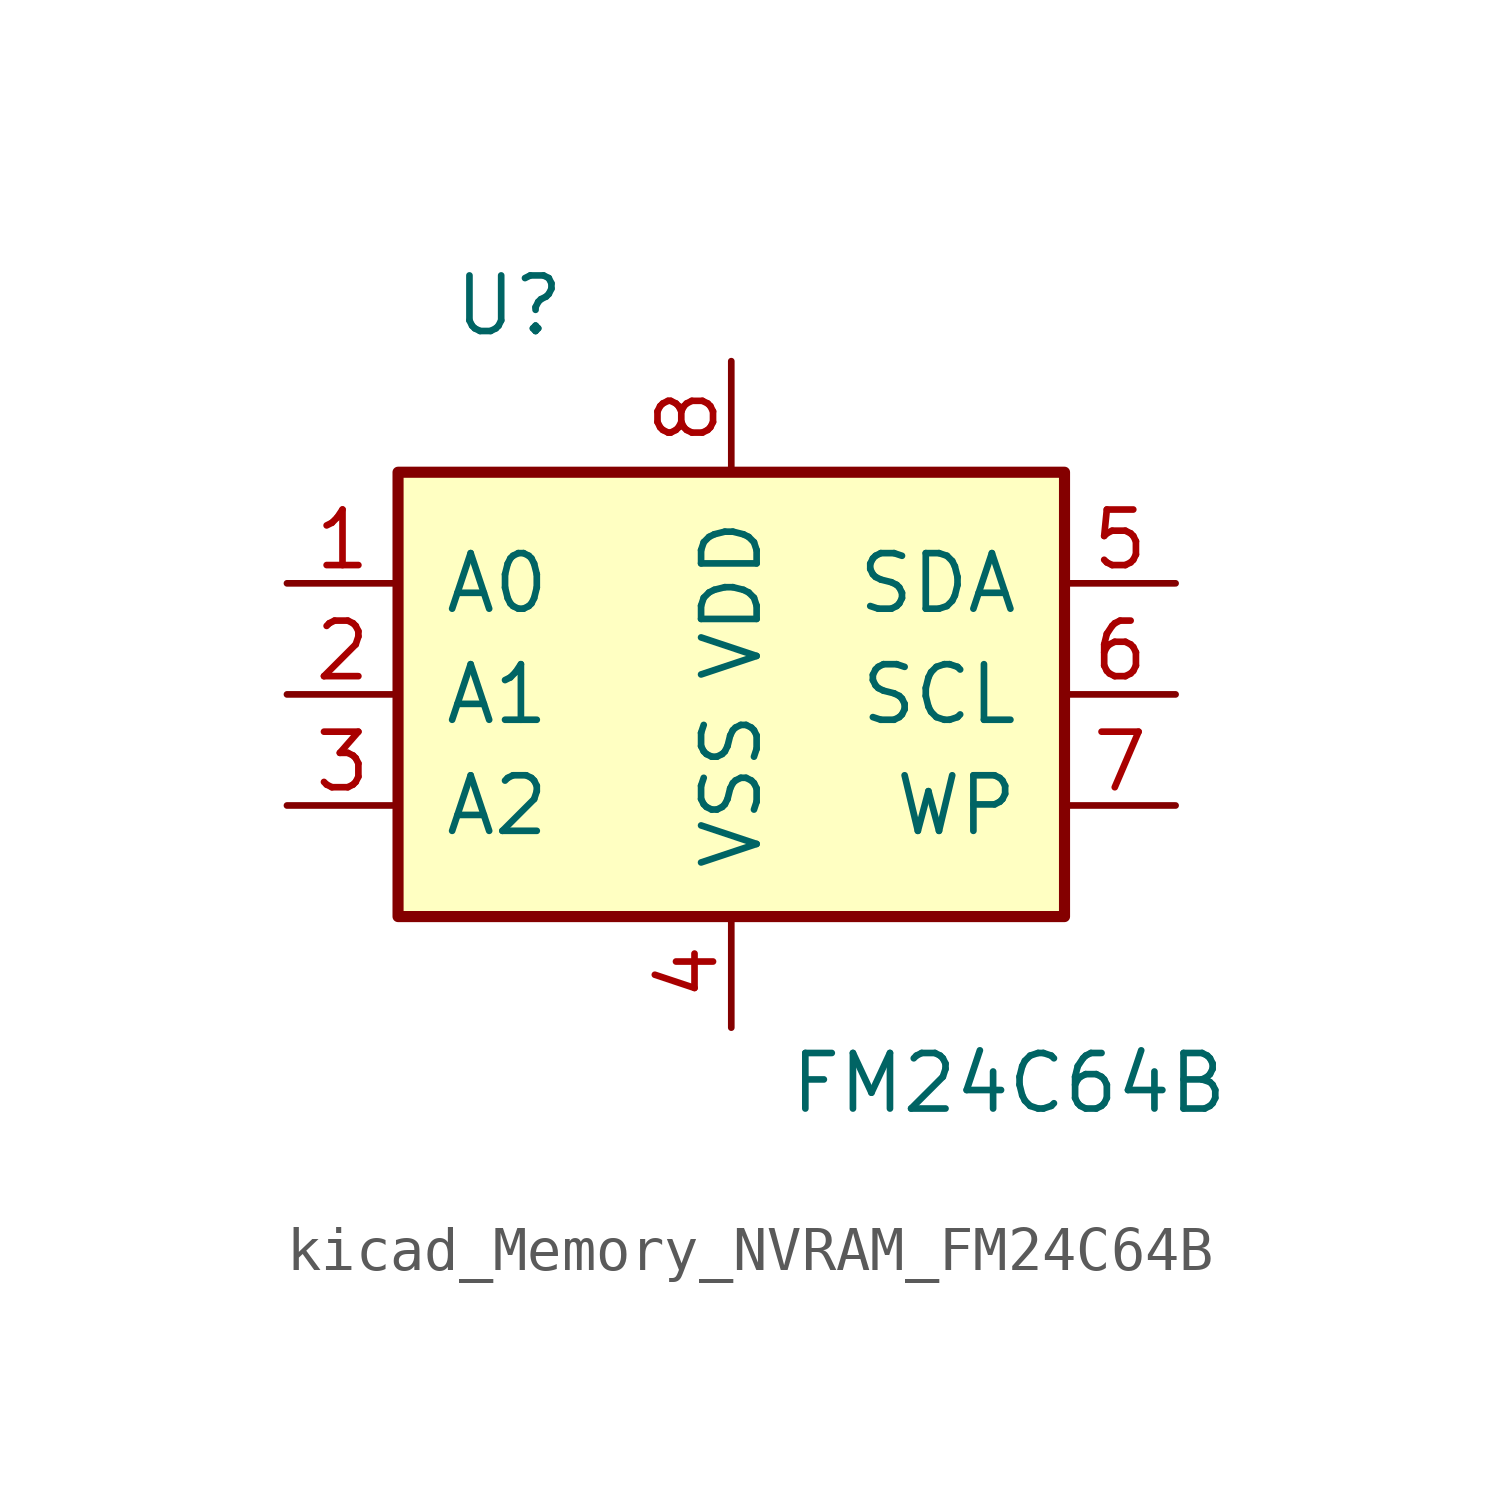
<source format=kicad_sym>
(kicad_symbol_lib
  (version 20220914)
  (generator kicad_symbol_editor)
  (symbol "kicad_Memory_NVRAM_FM24C64B"
    (pin_names
      (offset 1.016))
    (property "Reference" "U"
      (at -5.08 8.89 0)
      (effects (font (size 1.27 1.27))))
    (property "Value" "FM24C64B"
      (at 6.35 -8.89 0)
      (effects (font (size 1.27 1.27))))
    (symbol "kicad_Memory_NVRAM_FM24C64B_0_1"
      (rectangle (start -7.62 5.08) (end 7.62 -5.08) (stroke (width 0.254) (type default)) (fill (type background))))
    (symbol "kicad_Memory_NVRAM_FM24C64B_1_1"
      (pin input line (at -10.16 2.54 0) (length 2.54) (name "A0" (effects (font (size 1.27 1.27)))) (number "1" (effects (font (size 1.27 1.27)))))
      (pin input line (at -10.16 0 0) (length 2.54) (name "A1" (effects (font (size 1.27 1.27)))) (number "2" (effects (font (size 1.27 1.27)))))
      (pin input line (at -10.16 -2.54 0) (length 2.54) (name "A2" (effects (font (size 1.27 1.27)))) (number "3" (effects (font (size 1.27 1.27)))))
      (pin power_in line (at 0 -7.62 90) (length 2.54) (name "VSS" (effects (font (size 1.27 1.27)))) (number "4" (effects (font (size 1.27 1.27)))))
      (pin bidirectional line (at 10.16 2.54 180) (length 2.54) (name "SDA" (effects (font (size 1.27 1.27)))) (number "5" (effects (font (size 1.27 1.27)))))
      (pin input line (at 10.16 0 180) (length 2.54) (name "SCL" (effects (font (size 1.27 1.27)))) (number "6" (effects (font (size 1.27 1.27)))))
      (pin input line (at 10.16 -2.54 180) (length 2.54) (name "WP" (effects (font (size 1.27 1.27)))) (number "7" (effects (font (size 1.27 1.27)))))
      (pin power_in line (at 0 7.62 270) (length 2.54) (name "VDD" (effects (font (size 1.27 1.27)))) (number "8" (effects (font (size 1.27 1.27))))))))
</source>
